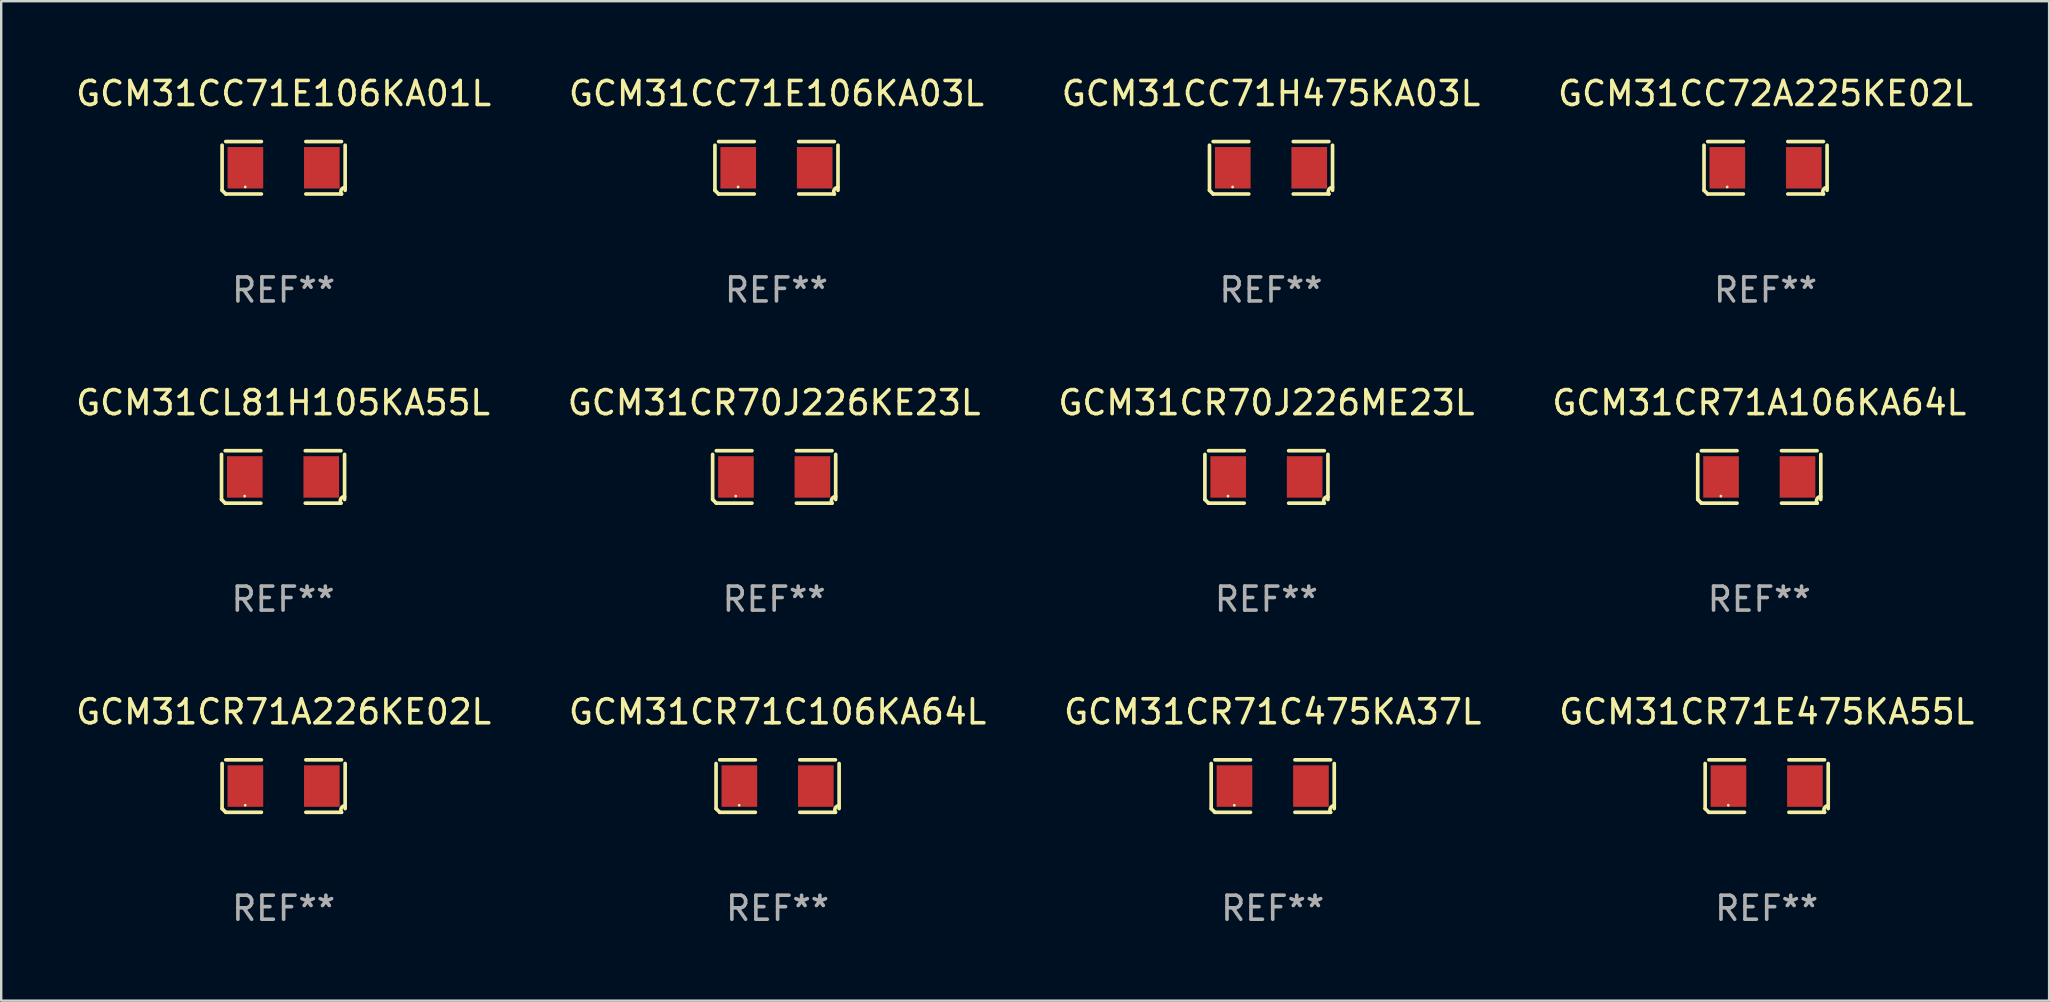
<source format=kicad_pcb>
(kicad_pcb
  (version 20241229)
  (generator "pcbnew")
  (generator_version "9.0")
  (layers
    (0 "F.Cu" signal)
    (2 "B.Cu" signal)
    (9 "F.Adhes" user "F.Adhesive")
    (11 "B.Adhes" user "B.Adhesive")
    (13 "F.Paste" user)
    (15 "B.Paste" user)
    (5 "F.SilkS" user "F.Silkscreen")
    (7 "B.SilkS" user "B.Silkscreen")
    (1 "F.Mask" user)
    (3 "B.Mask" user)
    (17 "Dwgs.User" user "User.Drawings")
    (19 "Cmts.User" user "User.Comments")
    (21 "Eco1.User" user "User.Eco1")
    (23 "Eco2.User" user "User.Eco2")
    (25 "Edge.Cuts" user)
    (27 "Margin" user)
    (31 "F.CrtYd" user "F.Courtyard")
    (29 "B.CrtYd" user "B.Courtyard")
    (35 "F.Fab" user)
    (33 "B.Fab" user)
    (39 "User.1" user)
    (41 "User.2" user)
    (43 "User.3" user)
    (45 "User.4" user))
  (footprint "GCM31CR71A106KA64L"
    (layer "F.Cu")
    (at 70.256 16.823)
    (property "Reference" "GCM31CR71A106KA64L" (at 0 -3.093 0) (layer "F.SilkS") (effects (font (size 1 1) (thickness 0.15))))
    (attr through_hole)
    (fp_line (start -2.564 0.94) (end -2.564 -0.94) (stroke (width 0.152) (type solid)) (layer "F.SilkS"))
    (fp_line (start -2.411 -1.093) (end -0.926 -1.093) (stroke (width 0.152) (type solid)) (layer "F.SilkS"))
    (fp_line (start -0.926 1.093) (end -2.411 1.093) (stroke (width 0.152) (type solid)) (layer "F.SilkS"))
    (fp_line (start 0.926 1.093) (end 2.411 1.093) (stroke (width 0.152) (type solid)) (layer "F.SilkS"))
    (fp_line (start 2.411 -1.093) (end 0.926 -1.093) (stroke (width 0.152) (type solid)) (layer "F.SilkS"))
    (fp_line (start 2.564 0.94) (end 2.564 -0.94) (stroke (width 0.152) (type solid)) (layer "F.SilkS"))
    (fp_arc (start -2.411201 1.092609) (mid -2.487413 1.01642) (end -2.563602 0.940208) (stroke (width 0.1524) (type solid)) (layer "F.SilkS"))
    (fp_arc (start 2.411201 1.092609) (mid 2.407159 0.911226) (end 2.563602 0.819347) (stroke (width 0.1524) (type solid)) (layer "F.SilkS"))
    (fp_circle (center -1.6 0.8) (end -1.57 0.8) (stroke (width 0.06) (type solid)) (fill no) (layer "F.SilkS"))
    (fp_text user "REF**" (at 0 5.093 0) (layer "F.Fab") (effects (font (size 1 1) (thickness 0.15))))
    (pad "1" smd rect (at -1.593 0) (size 1.485 1.728) (layers "F.Cu" "F.Mask" "F.Paste"))
    (pad "2" smd rect (at 1.593 0) (size 1.485 1.728) (layers "F.Cu" "F.Mask" "F.Paste")))
  (footprint "GCM31CR71C106KA64L"
    (layer "F.Cu")
    (at 29.351 29.704)
    (property "Reference" "GCM31CR71C106KA64L" (at 0 -3.093 0) (layer "F.SilkS") (effects (font (size 1 1) (thickness 0.15))))
    (attr through_hole)
    (fp_line (start -2.564 0.94) (end -2.564 -0.94) (stroke (width 0.152) (type solid)) (layer "F.SilkS"))
    (fp_line (start -2.411 -1.093) (end -0.926 -1.093) (stroke (width 0.152) (type solid)) (layer "F.SilkS"))
    (fp_line (start -0.926 1.093) (end -2.411 1.093) (stroke (width 0.152) (type solid)) (layer "F.SilkS"))
    (fp_line (start 0.926 1.093) (end 2.411 1.093) (stroke (width 0.152) (type solid)) (layer "F.SilkS"))
    (fp_line (start 2.411 -1.093) (end 0.926 -1.093) (stroke (width 0.152) (type solid)) (layer "F.SilkS"))
    (fp_line (start 2.564 0.94) (end 2.564 -0.94) (stroke (width 0.152) (type solid)) (layer "F.SilkS"))
    (fp_arc (start -2.411201 1.092609) (mid -2.487413 1.01642) (end -2.563602 0.940208) (stroke (width 0.1524) (type solid)) (layer "F.SilkS"))
    (fp_arc (start 2.411201 1.092609) (mid 2.407159 0.911226) (end 2.563602 0.819347) (stroke (width 0.1524) (type solid)) (layer "F.SilkS"))
    (fp_circle (center -1.6 0.8) (end -1.57 0.8) (stroke (width 0.06) (type solid)) (fill no) (layer "F.SilkS"))
    (fp_text user "REF**" (at 0 5.093 0) (layer "F.Fab") (effects (font (size 1 1) (thickness 0.15))))
    (pad "1" smd rect (at -1.593 0) (size 1.485 1.728) (layers "F.Cu" "F.Mask" "F.Paste"))
    (pad "2" smd rect (at 1.593 0) (size 1.485 1.728) (layers "F.Cu" "F.Mask" "F.Paste")))
  (footprint "GCM31CR71C475KA37L"
    (layer "F.Cu")
    (at 49.982 29.704)
    (property "Reference" "GCM31CR71C475KA37L" (at 0 -3.093 0) (layer "F.SilkS") (effects (font (size 1 1) (thickness 0.15))))
    (attr through_hole)
    (fp_line (start -2.564 0.94) (end -2.564 -0.94) (stroke (width 0.152) (type solid)) (layer "F.SilkS"))
    (fp_line (start -2.411 -1.093) (end -0.926 -1.093) (stroke (width 0.152) (type solid)) (layer "F.SilkS"))
    (fp_line (start -0.926 1.093) (end -2.411 1.093) (stroke (width 0.152) (type solid)) (layer "F.SilkS"))
    (fp_line (start 0.926 1.093) (end 2.411 1.093) (stroke (width 0.152) (type solid)) (layer "F.SilkS"))
    (fp_line (start 2.411 -1.093) (end 0.926 -1.093) (stroke (width 0.152) (type solid)) (layer "F.SilkS"))
    (fp_line (start 2.564 0.94) (end 2.564 -0.94) (stroke (width 0.152) (type solid)) (layer "F.SilkS"))
    (fp_arc (start -2.411201 1.092609) (mid -2.487413 1.01642) (end -2.563602 0.940208) (stroke (width 0.1524) (type solid)) (layer "F.SilkS"))
    (fp_arc (start 2.411201 1.092609) (mid 2.407159 0.911226) (end 2.563602 0.819347) (stroke (width 0.1524) (type solid)) (layer "F.SilkS"))
    (fp_circle (center -1.6 0.8) (end -1.57 0.8) (stroke (width 0.06) (type solid)) (fill no) (layer "F.SilkS"))
    (fp_text user "REF**" (at 0 5.093 0) (layer "F.Fab") (effects (font (size 1 1) (thickness 0.15))))
    (pad "1" smd rect (at -1.593 0) (size 1.485 1.728) (layers "F.Cu" "F.Mask" "F.Paste"))
    (pad "2" smd rect (at 1.593 0) (size 1.485 1.728) (layers "F.Cu" "F.Mask" "F.Paste")))
  (footprint "GCM31CC71E106KA01L"
    (layer "F.Cu")
    (at 8.768 3.941)
    (property "Reference" "GCM31CC71E106KA01L" (at 0 -3.093 0) (layer "F.SilkS") (effects (font (size 1 1) (thickness 0.15))))
    (attr through_hole)
    (fp_line (start -2.564 0.94) (end -2.564 -0.94) (stroke (width 0.152) (type solid)) (layer "F.SilkS"))
    (fp_line (start -2.411 -1.093) (end -0.926 -1.093) (stroke (width 0.152) (type solid)) (layer "F.SilkS"))
    (fp_line (start -0.926 1.093) (end -2.411 1.093) (stroke (width 0.152) (type solid)) (layer "F.SilkS"))
    (fp_line (start 0.926 1.093) (end 2.411 1.093) (stroke (width 0.152) (type solid)) (layer "F.SilkS"))
    (fp_line (start 2.411 -1.093) (end 0.926 -1.093) (stroke (width 0.152) (type solid)) (layer "F.SilkS"))
    (fp_line (start 2.564 0.94) (end 2.564 -0.94) (stroke (width 0.152) (type solid)) (layer "F.SilkS"))
    (fp_arc (start -2.411201 1.092609) (mid -2.487413 1.01642) (end -2.563602 0.940208) (stroke (width 0.1524) (type solid)) (layer "F.SilkS"))
    (fp_arc (start 2.411201 1.092609) (mid 2.407159 0.911226) (end 2.563602 0.819347) (stroke (width 0.1524) (type solid)) (layer "F.SilkS"))
    (fp_circle (center -1.6 0.8) (end -1.57 0.8) (stroke (width 0.06) (type solid)) (fill no) (layer "F.SilkS"))
    (fp_text user "REF**" (at 0 5.093 0) (layer "F.Fab") (effects (font (size 1 1) (thickness 0.15))))
    (pad "1" smd rect (at -1.593 0) (size 1.485 1.728) (layers "F.Cu" "F.Mask" "F.Paste"))
    (pad "2" smd rect (at 1.593 0) (size 1.485 1.728) (layers "F.Cu" "F.Mask" "F.Paste")))
  (footprint "GCM31CC72A225KE02L"
    (layer "F.Cu")
    (at 70.518 3.941)
    (property "Reference" "GCM31CC72A225KE02L" (at 0 -3.093 0) (layer "F.SilkS") (effects (font (size 1 1) (thickness 0.15))))
    (attr through_hole)
    (fp_line (start -2.564 0.94) (end -2.564 -0.94) (stroke (width 0.152) (type solid)) (layer "F.SilkS"))
    (fp_line (start -2.411 -1.093) (end -0.926 -1.093) (stroke (width 0.152) (type solid)) (layer "F.SilkS"))
    (fp_line (start -0.926 1.093) (end -2.411 1.093) (stroke (width 0.152) (type solid)) (layer "F.SilkS"))
    (fp_line (start 0.926 1.093) (end 2.411 1.093) (stroke (width 0.152) (type solid)) (layer "F.SilkS"))
    (fp_line (start 2.411 -1.093) (end 0.926 -1.093) (stroke (width 0.152) (type solid)) (layer "F.SilkS"))
    (fp_line (start 2.564 0.94) (end 2.564 -0.94) (stroke (width 0.152) (type solid)) (layer "F.SilkS"))
    (fp_arc (start -2.411201 1.092609) (mid -2.487413 1.01642) (end -2.563602 0.940208) (stroke (width 0.1524) (type solid)) (layer "F.SilkS"))
    (fp_arc (start 2.411201 1.092609) (mid 2.407159 0.911226) (end 2.563602 0.819347) (stroke (width 0.1524) (type solid)) (layer "F.SilkS"))
    (fp_circle (center -1.6 0.8) (end -1.57 0.8) (stroke (width 0.06) (type solid)) (fill no) (layer "F.SilkS"))
    (fp_text user "REF**" (at 0 5.093 0) (layer "F.Fab") (effects (font (size 1 1) (thickness 0.15))))
    (pad "1" smd rect (at -1.593 0) (size 1.485 1.728) (layers "F.Cu" "F.Mask" "F.Paste"))
    (pad "2" smd rect (at 1.593 0) (size 1.485 1.728) (layers "F.Cu" "F.Mask" "F.Paste")))
  (footprint "GCM31CL81H105KA55L"
    (layer "F.Cu")
    (at 8.744 16.823)
    (property "Reference" "GCM31CL81H105KA55L" (at 0 -3.093 0) (layer "F.SilkS") (effects (font (size 1 1) (thickness 0.15))))
    (attr through_hole)
    (fp_line (start -2.564 0.94) (end -2.564 -0.94) (stroke (width 0.152) (type solid)) (layer "F.SilkS"))
    (fp_line (start -2.411 -1.093) (end -0.926 -1.093) (stroke (width 0.152) (type solid)) (layer "F.SilkS"))
    (fp_line (start -0.926 1.093) (end -2.411 1.093) (stroke (width 0.152) (type solid)) (layer "F.SilkS"))
    (fp_line (start 0.926 1.093) (end 2.411 1.093) (stroke (width 0.152) (type solid)) (layer "F.SilkS"))
    (fp_line (start 2.411 -1.093) (end 0.926 -1.093) (stroke (width 0.152) (type solid)) (layer "F.SilkS"))
    (fp_line (start 2.564 0.94) (end 2.564 -0.94) (stroke (width 0.152) (type solid)) (layer "F.SilkS"))
    (fp_arc (start -2.411201 1.092609) (mid -2.487413 1.01642) (end -2.563602 0.940208) (stroke (width 0.1524) (type solid)) (layer "F.SilkS"))
    (fp_arc (start 2.411201 1.092609) (mid 2.407159 0.911226) (end 2.563602 0.819347) (stroke (width 0.1524) (type solid)) (layer "F.SilkS"))
    (fp_circle (center -1.6 0.8) (end -1.57 0.8) (stroke (width 0.06) (type solid)) (fill no) (layer "F.SilkS"))
    (fp_text user "REF**" (at 0 5.093 0) (layer "F.Fab") (effects (font (size 1 1) (thickness 0.15))))
    (pad "1" smd rect (at -1.593 0) (size 1.485 1.728) (layers "F.Cu" "F.Mask" "F.Paste"))
    (pad "2" smd rect (at 1.593 0) (size 1.485 1.728) (layers "F.Cu" "F.Mask" "F.Paste")))
  (footprint "GCM31CR71E475KA55L"
    (layer "F.Cu")
    (at 70.565 29.704)
    (property "Reference" "GCM31CR71E475KA55L" (at 0 -3.093 0) (layer "F.SilkS") (effects (font (size 1 1) (thickness 0.15))))
    (attr through_hole)
    (fp_line (start -2.564 0.94) (end -2.564 -0.94) (stroke (width 0.152) (type solid)) (layer "F.SilkS"))
    (fp_line (start -2.411 -1.093) (end -0.926 -1.093) (stroke (width 0.152) (type solid)) (layer "F.SilkS"))
    (fp_line (start -0.926 1.093) (end -2.411 1.093) (stroke (width 0.152) (type solid)) (layer "F.SilkS"))
    (fp_line (start 0.926 1.093) (end 2.411 1.093) (stroke (width 0.152) (type solid)) (layer "F.SilkS"))
    (fp_line (start 2.411 -1.093) (end 0.926 -1.093) (stroke (width 0.152) (type solid)) (layer "F.SilkS"))
    (fp_line (start 2.564 0.94) (end 2.564 -0.94) (stroke (width 0.152) (type solid)) (layer "F.SilkS"))
    (fp_arc (start -2.411201 1.092609) (mid -2.487413 1.01642) (end -2.563602 0.940208) (stroke (width 0.1524) (type solid)) (layer "F.SilkS"))
    (fp_arc (start 2.411201 1.092609) (mid 2.407159 0.911226) (end 2.563602 0.819347) (stroke (width 0.1524) (type solid)) (layer "F.SilkS"))
    (fp_circle (center -1.6 0.8) (end -1.57 0.8) (stroke (width 0.06) (type solid)) (fill no) (layer "F.SilkS"))
    (fp_text user "REF**" (at 0 5.093 0) (layer "F.Fab") (effects (font (size 1 1) (thickness 0.15))))
    (pad "1" smd rect (at -1.593 0) (size 1.485 1.728) (layers "F.Cu" "F.Mask" "F.Paste"))
    (pad "2" smd rect (at 1.593 0) (size 1.485 1.728) (layers "F.Cu" "F.Mask" "F.Paste")))
  (footprint "GCM31CR70J226ME23L"
    (layer "F.Cu")
    (at 49.72 16.823)
    (property "Reference" "GCM31CR70J226ME23L" (at 0 -3.093 0) (layer "F.SilkS") (effects (font (size 1 1) (thickness 0.15))))
    (attr through_hole)
    (fp_line (start -2.564 0.94) (end -2.564 -0.94) (stroke (width 0.152) (type solid)) (layer "F.SilkS"))
    (fp_line (start -2.411 -1.093) (end -0.926 -1.093) (stroke (width 0.152) (type solid)) (layer "F.SilkS"))
    (fp_line (start -0.926 1.093) (end -2.411 1.093) (stroke (width 0.152) (type solid)) (layer "F.SilkS"))
    (fp_line (start 0.926 1.093) (end 2.411 1.093) (stroke (width 0.152) (type solid)) (layer "F.SilkS"))
    (fp_line (start 2.411 -1.093) (end 0.926 -1.093) (stroke (width 0.152) (type solid)) (layer "F.SilkS"))
    (fp_line (start 2.564 0.94) (end 2.564 -0.94) (stroke (width 0.152) (type solid)) (layer "F.SilkS"))
    (fp_arc (start -2.411201 1.092609) (mid -2.487413 1.01642) (end -2.563602 0.940208) (stroke (width 0.1524) (type solid)) (layer "F.SilkS"))
    (fp_arc (start 2.411201 1.092609) (mid 2.407159 0.911226) (end 2.563602 0.819347) (stroke (width 0.1524) (type solid)) (layer "F.SilkS"))
    (fp_circle (center -1.6 0.8) (end -1.57 0.8) (stroke (width 0.06) (type solid)) (fill no) (layer "F.SilkS"))
    (fp_text user "REF**" (at 0 5.093 0) (layer "F.Fab") (effects (font (size 1 1) (thickness 0.15))))
    (pad "1" smd rect (at -1.593 0) (size 1.485 1.728) (layers "F.Cu" "F.Mask" "F.Paste"))
    (pad "2" smd rect (at 1.593 0) (size 1.485 1.728) (layers "F.Cu" "F.Mask" "F.Paste")))
  (footprint "GCM31CR71A226KE02L"
    (layer "F.Cu")
    (at 8.768 29.704)
    (property "Reference" "GCM31CR71A226KE02L" (at 0 -3.093 0) (layer "F.SilkS") (effects (font (size 1 1) (thickness 0.15))))
    (attr through_hole)
    (fp_line (start -2.564 0.94) (end -2.564 -0.94) (stroke (width 0.152) (type solid)) (layer "F.SilkS"))
    (fp_line (start -2.411 -1.093) (end -0.926 -1.093) (stroke (width 0.152) (type solid)) (layer "F.SilkS"))
    (fp_line (start -0.926 1.093) (end -2.411 1.093) (stroke (width 0.152) (type solid)) (layer "F.SilkS"))
    (fp_line (start 0.926 1.093) (end 2.411 1.093) (stroke (width 0.152) (type solid)) (layer "F.SilkS"))
    (fp_line (start 2.411 -1.093) (end 0.926 -1.093) (stroke (width 0.152) (type solid)) (layer "F.SilkS"))
    (fp_line (start 2.564 0.94) (end 2.564 -0.94) (stroke (width 0.152) (type solid)) (layer "F.SilkS"))
    (fp_arc (start -2.411201 1.092609) (mid -2.487413 1.01642) (end -2.563602 0.940208) (stroke (width 0.1524) (type solid)) (layer "F.SilkS"))
    (fp_arc (start 2.411201 1.092609) (mid 2.407159 0.911226) (end 2.563602 0.819347) (stroke (width 0.1524) (type solid)) (layer "F.SilkS"))
    (fp_circle (center -1.6 0.8) (end -1.57 0.8) (stroke (width 0.06) (type solid)) (fill no) (layer "F.SilkS"))
    (fp_text user "REF**" (at 0 5.093 0) (layer "F.Fab") (effects (font (size 1 1) (thickness 0.15))))
    (pad "1" smd rect (at -1.593 0) (size 1.485 1.728) (layers "F.Cu" "F.Mask" "F.Paste"))
    (pad "2" smd rect (at 1.593 0) (size 1.485 1.728) (layers "F.Cu" "F.Mask" "F.Paste")))
  (footprint "GCM31CR70J226KE23L"
    (layer "F.Cu")
    (at 29.208 16.823)
    (property "Reference" "GCM31CR70J226KE23L" (at 0 -3.093 0) (layer "F.SilkS") (effects (font (size 1 1) (thickness 0.15))))
    (attr through_hole)
    (fp_line (start -2.564 0.94) (end -2.564 -0.94) (stroke (width 0.152) (type solid)) (layer "F.SilkS"))
    (fp_line (start -2.411 -1.093) (end -0.926 -1.093) (stroke (width 0.152) (type solid)) (layer "F.SilkS"))
    (fp_line (start -0.926 1.093) (end -2.411 1.093) (stroke (width 0.152) (type solid)) (layer "F.SilkS"))
    (fp_line (start 0.926 1.093) (end 2.411 1.093) (stroke (width 0.152) (type solid)) (layer "F.SilkS"))
    (fp_line (start 2.411 -1.093) (end 0.926 -1.093) (stroke (width 0.152) (type solid)) (layer "F.SilkS"))
    (fp_line (start 2.564 0.94) (end 2.564 -0.94) (stroke (width 0.152) (type solid)) (layer "F.SilkS"))
    (fp_arc (start -2.411201 1.092609) (mid -2.487413 1.01642) (end -2.563602 0.940208) (stroke (width 0.1524) (type solid)) (layer "F.SilkS"))
    (fp_arc (start 2.411201 1.092609) (mid 2.407159 0.911226) (end 2.563602 0.819347) (stroke (width 0.1524) (type solid)) (layer "F.SilkS"))
    (fp_circle (center -1.6 0.8) (end -1.57 0.8) (stroke (width 0.06) (type solid)) (fill no) (layer "F.SilkS"))
    (fp_text user "REF**" (at 0 5.093 0) (layer "F.Fab") (effects (font (size 1 1) (thickness 0.15))))
    (pad "1" smd rect (at -1.593 0) (size 1.485 1.728) (layers "F.Cu" "F.Mask" "F.Paste"))
    (pad "2" smd rect (at 1.593 0) (size 1.485 1.728) (layers "F.Cu" "F.Mask" "F.Paste")))
  (footprint "GCM31CC71E106KA03L"
    (layer "F.Cu")
    (at 29.304 3.941)
    (property "Reference" "GCM31CC71E106KA03L" (at 0 -3.093 0) (layer "F.SilkS") (effects (font (size 1 1) (thickness 0.15))))
    (attr through_hole)
    (fp_line (start -2.564 0.94) (end -2.564 -0.94) (stroke (width 0.152) (type solid)) (layer "F.SilkS"))
    (fp_line (start -2.411 -1.093) (end -0.926 -1.093) (stroke (width 0.152) (type solid)) (layer "F.SilkS"))
    (fp_line (start -0.926 1.093) (end -2.411 1.093) (stroke (width 0.152) (type solid)) (layer "F.SilkS"))
    (fp_line (start 0.926 1.093) (end 2.411 1.093) (stroke (width 0.152) (type solid)) (layer "F.SilkS"))
    (fp_line (start 2.411 -1.093) (end 0.926 -1.093) (stroke (width 0.152) (type solid)) (layer "F.SilkS"))
    (fp_line (start 2.564 0.94) (end 2.564 -0.94) (stroke (width 0.152) (type solid)) (layer "F.SilkS"))
    (fp_arc (start -2.411201 1.092609) (mid -2.487413 1.01642) (end -2.563602 0.940208) (stroke (width 0.1524) (type solid)) (layer "F.SilkS"))
    (fp_arc (start 2.411201 1.092609) (mid 2.407159 0.911226) (end 2.563602 0.819347) (stroke (width 0.1524) (type solid)) (layer "F.SilkS"))
    (fp_circle (center -1.6 0.8) (end -1.57 0.8) (stroke (width 0.06) (type solid)) (fill no) (layer "F.SilkS"))
    (fp_text user "REF**" (at 0 5.093 0) (layer "F.Fab") (effects (font (size 1 1) (thickness 0.15))))
    (pad "1" smd rect (at -1.593 0) (size 1.485 1.728) (layers "F.Cu" "F.Mask" "F.Paste"))
    (pad "2" smd rect (at 1.593 0) (size 1.485 1.728) (layers "F.Cu" "F.Mask" "F.Paste")))
  (footprint "GCM31CC71H475KA03L"
    (layer "F.Cu")
    (at 49.911 3.941)
    (property "Reference" "GCM31CC71H475KA03L" (at 0 -3.093 0) (layer "F.SilkS") (effects (font (size 1 1) (thickness 0.15))))
    (attr through_hole)
    (fp_line (start -2.564 0.94) (end -2.564 -0.94) (stroke (width 0.152) (type solid)) (layer "F.SilkS"))
    (fp_line (start -2.411 -1.093) (end -0.926 -1.093) (stroke (width 0.152) (type solid)) (layer "F.SilkS"))
    (fp_line (start -0.926 1.093) (end -2.411 1.093) (stroke (width 0.152) (type solid)) (layer "F.SilkS"))
    (fp_line (start 0.926 1.093) (end 2.411 1.093) (stroke (width 0.152) (type solid)) (layer "F.SilkS"))
    (fp_line (start 2.411 -1.093) (end 0.926 -1.093) (stroke (width 0.152) (type solid)) (layer "F.SilkS"))
    (fp_line (start 2.564 0.94) (end 2.564 -0.94) (stroke (width 0.152) (type solid)) (layer "F.SilkS"))
    (fp_arc (start -2.411201 1.092609) (mid -2.487413 1.01642) (end -2.563602 0.940208) (stroke (width 0.1524) (type solid)) (layer "F.SilkS"))
    (fp_arc (start 2.411201 1.092609) (mid 2.407159 0.911226) (end 2.563602 0.819347) (stroke (width 0.1524) (type solid)) (layer "F.SilkS"))
    (fp_circle (center -1.6 0.8) (end -1.57 0.8) (stroke (width 0.06) (type solid)) (fill no) (layer "F.SilkS"))
    (fp_text user "REF**" (at 0 5.093 0) (layer "F.Fab") (effects (font (size 1 1) (thickness 0.15))))
    (pad "1" smd rect (at -1.593 0) (size 1.485 1.728) (layers "F.Cu" "F.Mask" "F.Paste"))
    (pad "2" smd rect (at 1.593 0) (size 1.485 1.728) (layers "F.Cu" "F.Mask" "F.Paste")))
  (gr_rect
    (start -3 -3)
    (end 82.333 38.645)
    (stroke (width 0.1) (type default))
    (fill no)
    (layer "Edge.Cuts")))
</source>
